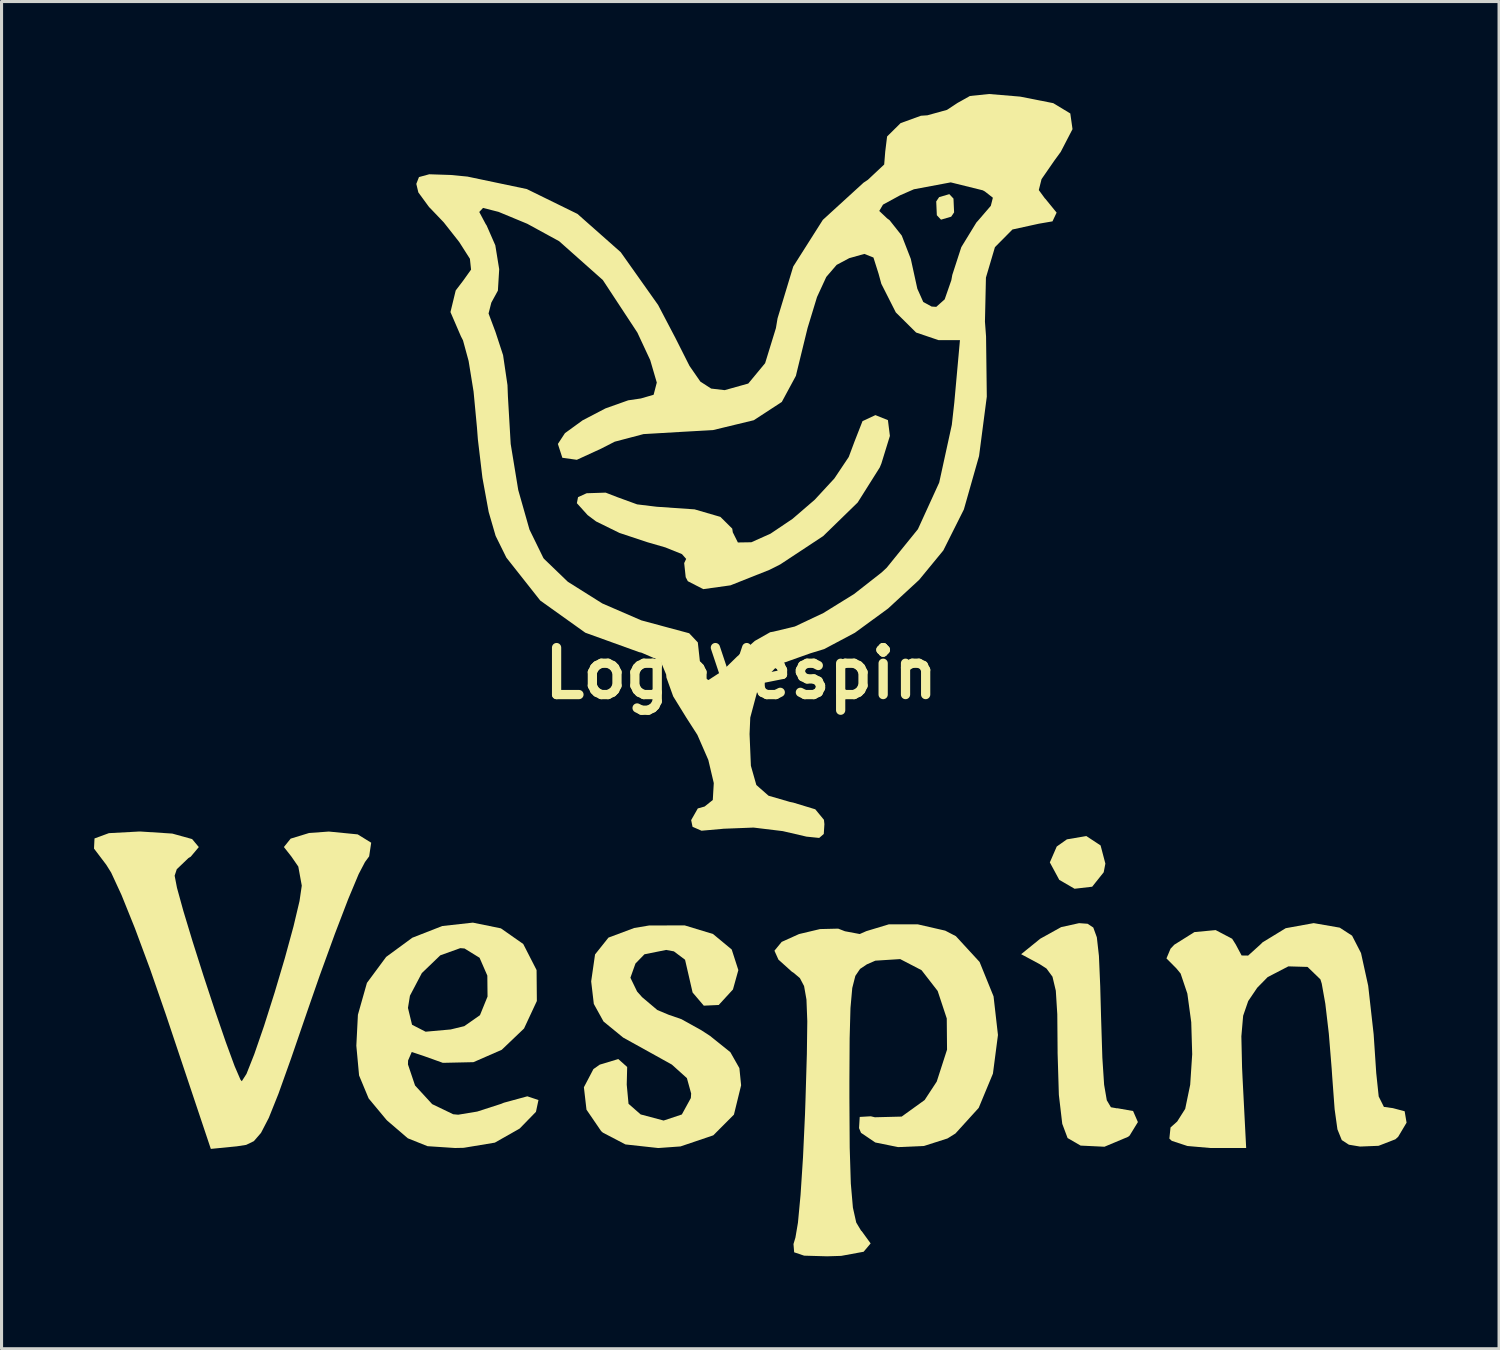
<source format=kicad_pcb>
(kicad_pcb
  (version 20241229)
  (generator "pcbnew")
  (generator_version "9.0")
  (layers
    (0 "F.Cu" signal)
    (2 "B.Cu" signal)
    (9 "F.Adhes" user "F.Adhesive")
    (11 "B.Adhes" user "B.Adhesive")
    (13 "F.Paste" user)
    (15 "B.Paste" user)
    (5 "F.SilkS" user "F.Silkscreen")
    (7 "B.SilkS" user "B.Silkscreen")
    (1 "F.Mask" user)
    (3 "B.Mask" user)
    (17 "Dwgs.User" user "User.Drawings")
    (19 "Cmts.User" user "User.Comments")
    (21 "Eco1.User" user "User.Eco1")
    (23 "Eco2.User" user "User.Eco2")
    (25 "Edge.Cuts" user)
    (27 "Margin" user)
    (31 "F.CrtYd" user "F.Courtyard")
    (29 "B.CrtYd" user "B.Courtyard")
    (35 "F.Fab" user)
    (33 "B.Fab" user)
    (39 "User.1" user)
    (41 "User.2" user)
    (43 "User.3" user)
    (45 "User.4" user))
  (footprint "LogoVespin"
    (layer "F.Cu")
    (at 20.995 18.795)
    (property "Reference" "LogoVespin" (at 0 0 0) (layer "F.SilkS") (effects (font (size 1.524 1.524) (thickness 0.3))))
    (attr board_only exclude_from_pos_files exclude_from_bom)
    (fp_poly (pts (xy 6.89 -15.402) (xy 6.91 -14.954) (xy 6.816 -14.815) (xy 6.485 -14.718) (xy 6.35 -14.862) (xy 6.33 -15.31) (xy 6.424 -15.449) (xy 6.755 -15.546)) (stroke (width 0) (type solid)) (fill yes) (layer "F.SilkS"))
    (fp_poly (pts (xy 11.663 5.585) (xy 11.818 6.174) (xy 11.764 6.455) (xy 11.39 6.924) (xy 10.819 6.99) (xy 10.322 6.701) (xy 10.016 6.135) (xy 10.24 5.62) (xy 10.57 5.387) (xy 11.2 5.28)) (stroke (width 0) (type solid)) (fill yes) (layer "F.SilkS"))
    (fp_poly (pts (xy 11.241 8.126) (xy 11.426 8.248) (xy 11.541 8.565) (xy 11.609 9.169) (xy 11.651 10.154) (xy 11.678 11.146) (xy 11.72 12.473) (xy 11.777 13.346) (xy 11.864 13.852) (xy 11.998 14.079) (xy 12.193 14.114) (xy 12.207 14.111) (xy 12.717 14.201) (xy 12.873 14.56) (xy 12.604 14.999) (xy 12.555 15.038) (xy 11.788 15.36) (xy 11.015 15.323) (xy 10.592 15.078) (xy 10.419 14.616) (xy 10.309 13.677) (xy 10.268 12.318) (xy 10.268 12.25) (xy 10.258 11.062) (xy 10.21 10.298) (xy 10.102 9.843) (xy 9.908 9.579) (xy 9.676 9.43) (xy 9.085 9.113) (xy 9.706 8.61) (xy 10.382 8.235) (xy 10.965 8.106)) (stroke (width 0) (type solid)) (fill yes) (layer "F.SilkS"))
    (fp_poly (pts (xy 4.763 -8.214) (xy 4.827 -7.702) (xy 4.551 -6.807) (xy 4.498 -6.679) (xy 3.781 -5.541) (xy 2.661 -4.451) (xy 1.271 -3.534) (xy 0.92 -3.357) (xy -0.346 -2.854) (xy -1.228 -2.731) (xy -1.729 -2.988) (xy -1.798 -3.119) (xy -1.847 -3.576) (xy -1.783 -3.712) (xy -1.919 -3.867) (xy -2.456 -4.084) (xy -3.033 -4.251) (xy -3.946 -4.554) (xy -4.705 -4.927) (xy -4.981 -5.134) (xy -5.329 -5.52) (xy -5.291 -5.715) (xy -5.013 -5.842) (xy -4.395 -5.862) (xy -4.021 -5.717) (xy -3.374 -5.481) (xy -2.74 -5.404) (xy -1.509 -5.319) (xy -0.672 -5.075) (xy -0.288 -4.694) (xy -0.27 -4.574) (xy -0.105 -4.245) (xy 0.332 -4.252) (xy 0.953 -4.53) (xy 1.668 -5.011) (xy 2.388 -5.631) (xy 3.026 -6.322) (xy 3.492 -7.019) (xy 3.68 -7.522) (xy 3.938 -8.181) (xy 4.357 -8.377)) (stroke (width 0) (type solid)) (fill yes) (layer "F.SilkS"))
    (fp_poly (pts (xy -7.793 8.275) (xy -7.069 8.782) (xy -6.636 9.628) (xy -6.627 10.632) (xy -7.043 11.524) (xy -7.767 12.215) (xy -8.684 12.616) (xy -9.677 12.638) (xy -10.286 12.42) (xy -10.686 12.286) (xy -10.805 12.561) (xy -10.809 12.69) (xy -10.579 13.373) (xy -10.023 13.978) (xy -9.341 14.306) (xy -9.179 14.321) (xy -8.562 14.219) (xy -7.785 13.968) (xy -7.698 13.932) (xy -6.936 13.724) (xy -6.575 13.845) (xy -6.656 14.227) (xy -7.185 14.77) (xy -7.99 15.227) (xy -9.002 15.395) (xy -9.282 15.401) (xy -10.175 15.342) (xy -10.814 15.086) (xy -11.476 14.518) (xy -11.511 14.483) (xy -12.085 13.792) (xy -12.395 13.047) (xy -12.484 12.082) (xy -12.433 11.079) (xy -12.37 10.856) (xy -10.809 10.856) (xy -10.677 11.402) (xy -10.237 11.628) (xy -9.423 11.555) (xy -8.982 11.448) (xy -8.473 11.092) (xy -8.227 10.487) (xy -8.234 9.807) (xy -8.486 9.229) (xy -8.974 8.928) (xy -9.112 8.917) (xy -9.76 9.15) (xy -10.359 9.726) (xy -10.745 10.46) (xy -10.809 10.856) (xy -12.37 10.856) (xy -12.14 10.044) (xy -11.517 9.202) (xy -10.668 8.579) (xy -9.696 8.199) (xy -8.703 8.089)) (stroke (width 0) (type solid)) (fill yes) (layer "F.SilkS"))
    (fp_poly (pts (xy -0.912 8.458) (xy -0.305 8.961) (xy -0.09 9.629) (xy -0.265 10.258) (xy -0.727 10.761) (xy -1.211 10.783) (xy -1.574 10.356) (xy -1.672 9.93) (xy -1.819 9.293) (xy -2.181 9.021) (xy -2.432 8.975) (xy -3.136 9.116) (xy -3.428 9.416) (xy -3.592 9.877) (xy -3.375 10.324) (xy -3.214 10.506) (xy -2.719 10.924) (xy -2.349 11.079) (xy -1.937 11.221) (xy -1.291 11.58) (xy -1.008 11.764) (xy -0.349 12.293) (xy -0.056 12.81) (xy 0 13.366) (xy -0.233 14.318) (xy -0.903 14.99) (xy -1.966 15.35) (xy -2.688 15.402) (xy -3.753 15.285) (xy -4.485 14.903) (xy -4.543 14.851) (xy -5.017 14.157) (xy -5.101 13.43) (xy -4.792 12.841) (xy -4.588 12.697) (xy -3.985 12.515) (xy -3.697 12.773) (xy -3.711 13.345) (xy -3.653 13.967) (xy -3.259 14.312) (xy -2.514 14.51) (xy -1.923 14.313) (xy -1.631 13.78) (xy -1.621 13.633) (xy -1.759 13.134) (xy -2.247 12.695) (xy -2.77 12.404) (xy -3.826 11.819) (xy -4.464 11.297) (xy -4.779 10.727) (xy -4.864 10.002) (xy -4.864 9.989) (xy -4.739 9.121) (xy -4.304 8.575) (xy -3.469 8.263) (xy -2.988 8.182) (xy -1.833 8.178)) (stroke (width 0) (type solid)) (fill yes) (layer "F.SilkS"))
    (fp_poly (pts (xy -12.44 5.226) (xy -12.002 5.496) (xy -12.068 5.939) (xy -12.204 6.124) (xy -12.408 6.514) (xy -12.746 7.321) (xy -13.18 8.453) (xy -13.675 9.814) (xy -14.056 10.909) (xy -14.601 12.495) (xy -15.011 13.642) (xy -15.324 14.423) (xy -15.577 14.911) (xy -15.809 15.179) (xy -16.059 15.3) (xy -16.363 15.347) (xy -16.376 15.348) (xy -17.205 15.43) (xy -18.662 11.077) (xy -19.175 9.598) (xy -19.668 8.271) (xy -20.102 7.194) (xy -20.439 6.465) (xy -20.598 6.211) (xy -20.995 5.687) (xy -20.979 5.358) (xy -20.511 5.186) (xy -19.55 5.134) (xy -19.471 5.134) (xy -18.455 5.2) (xy -17.812 5.378) (xy -17.595 5.638) (xy -17.857 5.95) (xy -17.931 5.994) (xy -18.31 6.357) (xy -18.379 6.566) (xy -18.303 6.959) (xy -18.096 7.71) (xy -17.795 8.704) (xy -17.44 9.822) (xy -17.069 10.947) (xy -16.721 11.96) (xy -16.433 12.744) (xy -16.244 13.182) (xy -16.201 13.235) (xy -16.048 12.997) (xy -15.795 12.358) (xy -15.478 11.439) (xy -15.136 10.361) (xy -14.805 9.246) (xy -14.523 8.214) (xy -14.327 7.388) (xy -14.254 6.889) (xy -14.367 6.27) (xy -14.592 5.944) (xy -14.834 5.636) (xy -14.615 5.364) (xy -14.018 5.181) (xy -13.376 5.134)) (stroke (width 0) (type solid)) (fill yes) (layer "F.SilkS"))
    (fp_poly (pts (xy 19.422 8.252) (xy 19.822 8.512) (xy 20.112 9.076) (xy 20.345 10.137) (xy 20.522 11.711) (xy 20.606 12.97) (xy 20.686 13.73) (xy 20.855 14.068) (xy 21.144 14.107) (xy 21.528 14.209) (xy 21.59 14.579) (xy 21.317 15.038) (xy 21.228 15.118) (xy 20.682 15.33) (xy 20.08 15.354) (xy 19.719 15.294) (xy 19.488 15.144) (xy 19.347 14.796) (xy 19.256 14.142) (xy 19.177 13.076) (xy 19.161 12.835) (xy 19.068 11.692) (xy 18.954 10.719) (xy 18.838 10.068) (xy 18.795 9.93) (xy 18.377 9.526) (xy 17.755 9.508) (xy 17.084 9.856) (xy 16.745 10.201) (xy 16.452 10.634) (xy 16.288 11.11) (xy 16.23 11.779) (xy 16.253 12.792) (xy 16.271 13.173) (xy 16.386 15.402) (xy 15.235 15.402) (xy 14.48 15.336) (xy 13.974 15.17) (xy 13.894 15.096) (xy 13.932 14.735) (xy 14.148 14.542) (xy 14.408 14.131) (xy 14.57 13.349) (xy 14.635 12.358) (xy 14.604 11.319) (xy 14.478 10.393) (xy 14.259 9.741) (xy 14.119 9.571) (xy 13.8 9.25) (xy 13.932 8.935) (xy 14.052 8.807) (xy 14.707 8.396) (xy 15.396 8.331) (xy 15.931 8.612) (xy 16.047 8.796) (xy 16.238 9.155) (xy 16.45 9.158) (xy 16.853 8.793) (xy 16.917 8.729) (xy 17.669 8.27) (xy 18.577 8.105)) (stroke (width 0) (type solid)) (fill yes) (layer "F.SilkS"))
    (fp_poly (pts (xy 6.622 8.349) (xy 6.967 8.528) (xy 7.737 9.365) (xy 8.19 10.481) (xy 8.333 11.735) (xy 8.17 12.988) (xy 7.708 14.1) (xy 6.953 14.931) (xy 6.694 15.092) (xy 5.934 15.335) (xy 5.094 15.372) (xy 4.353 15.222) (xy 3.89 14.909) (xy 3.826 14.756) (xy 3.848 14.393) (xy 4.207 14.372) (xy 4.34 14.404) (xy 5.209 14.382) (xy 5.954 13.845) (xy 6.347 13.246) (xy 6.681 12.21) (xy 6.672 11.198) (xy 6.377 10.306) (xy 5.854 9.632) (xy 5.161 9.272) (xy 4.355 9.323) (xy 4.078 9.444) (xy 3.859 9.591) (xy 3.706 9.817) (xy 3.606 10.21) (xy 3.548 10.857) (xy 3.521 11.844) (xy 3.513 13.26) (xy 3.513 13.757) (xy 3.523 15.385) (xy 3.559 16.552) (xy 3.627 17.337) (xy 3.735 17.82) (xy 3.891 18.08) (xy 3.915 18.102) (xy 4.202 18.497) (xy 3.975 18.767) (xy 3.247 18.901) (xy 2.79 18.915) (xy 2.045 18.894) (xy 1.721 18.785) (xy 1.699 18.517) (xy 1.762 18.307) (xy 1.844 17.823) (xy 1.929 16.916) (xy 2.008 15.704) (xy 2.073 14.303) (xy 2.088 13.866) (xy 2.133 12.353) (xy 2.147 11.29) (xy 2.12 10.585) (xy 2.043 10.148) (xy 1.907 9.889) (xy 1.702 9.716) (xy 1.646 9.681) (xy 1.21 9.288) (xy 1.081 9) (xy 1.316 8.714) (xy 1.879 8.46) (xy 2.561 8.298) (xy 3.15 8.284) (xy 3.369 8.369) (xy 3.849 8.459) (xy 4.062 8.365) (xy 4.791 8.145) (xy 5.734 8.145)) (stroke (width 0) (type solid)) (fill yes) (layer "F.SilkS"))
    (fp_poly (pts (xy 9.034 -18.712) (xy 9.066 -18.708) (xy 10.127 -18.498) (xy 10.68 -18.164) (xy 10.752 -17.655) (xy 10.37 -16.918) (xy 10.162 -16.633) (xy 9.747 -16.033) (xy 9.658 -15.678) (xy 9.856 -15.408) (xy 9.87 -15.396) (xy 10.236 -14.947) (xy 10.102 -14.663) (xy 9.66 -14.587) (xy 8.803 -14.399) (xy 8.235 -13.826) (xy 7.943 -12.839) (xy 7.911 -11.409) (xy 7.947 -10.925) (xy 7.971 -8.976) (xy 7.72 -7.051) (xy 7.227 -5.316) (xy 6.56 -3.986) (xy 5.776 -3.032) (xy 4.769 -2.103) (xy 3.691 -1.315) (xy 2.695 -0.786) (xy 2.253 -0.651) (xy 1.212 -0.281) (xy 0.575 0.393) (xy 0.297 1.435) (xy 0.274 1.97) (xy 0.317 3) (xy 0.494 3.624) (xy 0.889 3.971) (xy 1.584 4.173) (xy 1.689 4.194) (xy 2.406 4.412) (xy 2.687 4.753) (xy 2.702 4.894) (xy 2.682 5.213) (xy 2.533 5.341) (xy 2.121 5.299) (xy 1.351 5.12) (xy 0.404 5.005) (xy -0.579 5.043) (xy -0.608 5.047) (xy -1.285 5.107) (xy -1.576 4.98) (xy -1.621 4.763) (xy -1.405 4.384) (xy -1.186 4.323) (xy -0.919 4.11) (xy -0.887 3.561) (xy -1.064 2.811) (xy -1.419 1.997) (xy -1.779 1.437) (xy -2.204 0.748) (xy -2.423 0.137) (xy -2.432 0.039) (xy -2.616 -0.403) (xy -3.232 -0.669) (xy -3.31 -0.687) (xy -5.055 -1.317) (xy -6.516 -2.36) (xy -7.616 -3.753) (xy -7.965 -4.459) (xy -8.19 -5.234) (xy -8.393 -6.345) (xy -8.541 -7.591) (xy -8.57 -7.971) (xy -8.68 -9.138) (xy -8.841 -10.133) (xy -9.023 -10.802) (xy -9.092 -10.936) (xy -9.43 -11.72) (xy -9.26 -12.421) (xy -9.023 -12.732) (xy -8.762 -13.097) (xy -8.799 -13.449) (xy -9.146 -13.993) (xy -9.648 -14.631) (xy -9.97 -14.968) (xy -8.496 -14.968) (xy -8.287 -14.575) (xy -8.257 -14.531) (xy -7.975 -13.886) (xy -7.849 -13.11) (xy -7.891 -12.416) (xy -8.105 -12.025) (xy -8.194 -11.674) (xy -7.97 -11.077) (xy -7.723 -10.322) (xy -7.58 -9.35) (xy -7.566 -8.98) (xy -7.476 -7.441) (xy -7.231 -5.947) (xy -6.866 -4.662) (xy -6.418 -3.746) (xy -6.397 -3.716) (xy -5.621 -2.969) (xy -4.504 -2.267) (xy -3.238 -1.718) (xy -2.349 -1.478) (xy -1.686 -1.3) (xy -1.405 -1.003) (xy -1.351 -0.51) (xy -1.288 0.072) (xy -1.062 0.219) (xy -0.616 -0.07) (xy -0.135 -0.54) (xy 0.446 -1.052) (xy 0.943 -1.333) (xy 1.046 -1.351) (xy 1.742 -1.518) (xy 2.669 -1.956) (xy 3.663 -2.571) (xy 4.556 -3.27) (xy 4.722 -3.424) (xy 5.736 -4.676) (xy 6.427 -6.189) (xy 6.836 -8.061) (xy 6.916 -8.777) (xy 7.1 -10.809) (xy 6.407 -10.809) (xy 5.678 -11.056) (xy 5.019 -11.709) (xy 4.549 -12.637) (xy 4.46 -12.963) (xy 4.293 -13.49) (xy 3.997 -13.607) (xy 3.508 -13.469) (xy 3.099 -13.251) (xy 2.763 -12.86) (xy 2.462 -12.207) (xy 2.156 -11.203) (xy 1.803 -9.76) (xy 1.778 -9.652) (xy 1.32 -8.804) (xy 0.411 -8.211) (xy -0.913 -7.891) (xy -1.891 -7.836) (xy -3.167 -7.761) (xy -4.103 -7.514) (xy -4.542 -7.289) (xy -5.33 -6.927) (xy -5.8 -6.993) (xy -5.945 -7.441) (xy -5.716 -7.791) (xy -5.144 -8.207) (xy -4.402 -8.594) (xy -3.663 -8.857) (xy -3.253 -8.917) (xy -2.839 -9.037) (xy -2.736 -9.433) (xy -2.949 -10.161) (xy -3.366 -11.055) (xy -4.487 -12.76) (xy -5.905 -14.02) (xy -6.939 -14.585) (xy -7.87 -14.971) (xy -8.373 -15.099) (xy -8.496 -14.968) (xy -9.97 -14.968) (xy -10.102 -15.106) (xy -10.12 -15.121) (xy -10.472 -15.602) (xy -10.538 -15.879) (xy -10.452 -16.1) (xy -10.118 -16.191) (xy -9.422 -16.168) (xy -8.88 -16.116) (xy -6.953 -15.711) (xy -5.31 -14.905) (xy -3.906 -13.663) (xy -2.693 -11.95) (xy -2.13 -10.876) (xy -1.675 -9.974) (xy -1.322 -9.464) (xy -0.972 -9.238) (xy -0.533 -9.187) (xy 0.232 -9.401) (xy 0.779 -10.062) (xy 1.129 -11.199) (xy 1.182 -11.516) (xy 1.691 -13.198) (xy 2.651 -14.711) (xy 2.968 -15.001) (xy 4.482 -15.001) (xy 4.737 -14.759) (xy 4.814 -14.704) (xy 5.212 -14.201) (xy 5.505 -13.446) (xy 5.533 -13.317) (xy 5.717 -12.478) (xy 5.909 -12.048) (xy 6.181 -11.899) (xy 6.331 -11.889) (xy 6.604 -12.132) (xy 6.82 -12.752) (xy 6.852 -12.927) (xy 7.144 -13.827) (xy 7.633 -14.626) (xy 7.683 -14.681) (xy 8.101 -15.167) (xy 8.168 -15.43) (xy 7.907 -15.634) (xy 7.839 -15.671) (xy 6.801 -15.928) (xy 5.606 -15.704) (xy 5.157 -15.508) (xy 4.603 -15.206) (xy 4.482 -15.001) (xy 2.968 -15.001) (xy 3.972 -15.918) (xy 4.112 -16.011) (xy 4.642 -16.508) (xy 4.676 -16.928) (xy 4.736 -17.417) (xy 5.174 -17.85) (xy 5.834 -18.09) (xy 6.043 -18.104) (xy 6.679 -18.28) (xy 7.022 -18.506) (xy 7.424 -18.731) (xy 8.044 -18.795)) (stroke (width 0) (type solid)) (fill yes) (layer "F.SilkS")))
  (gr_rect
    (start -3 -3)
    (end 45.586 40.71)
    (stroke (width 0.1) (type default))
    (fill no)
    (layer "Edge.Cuts")))
</source>
